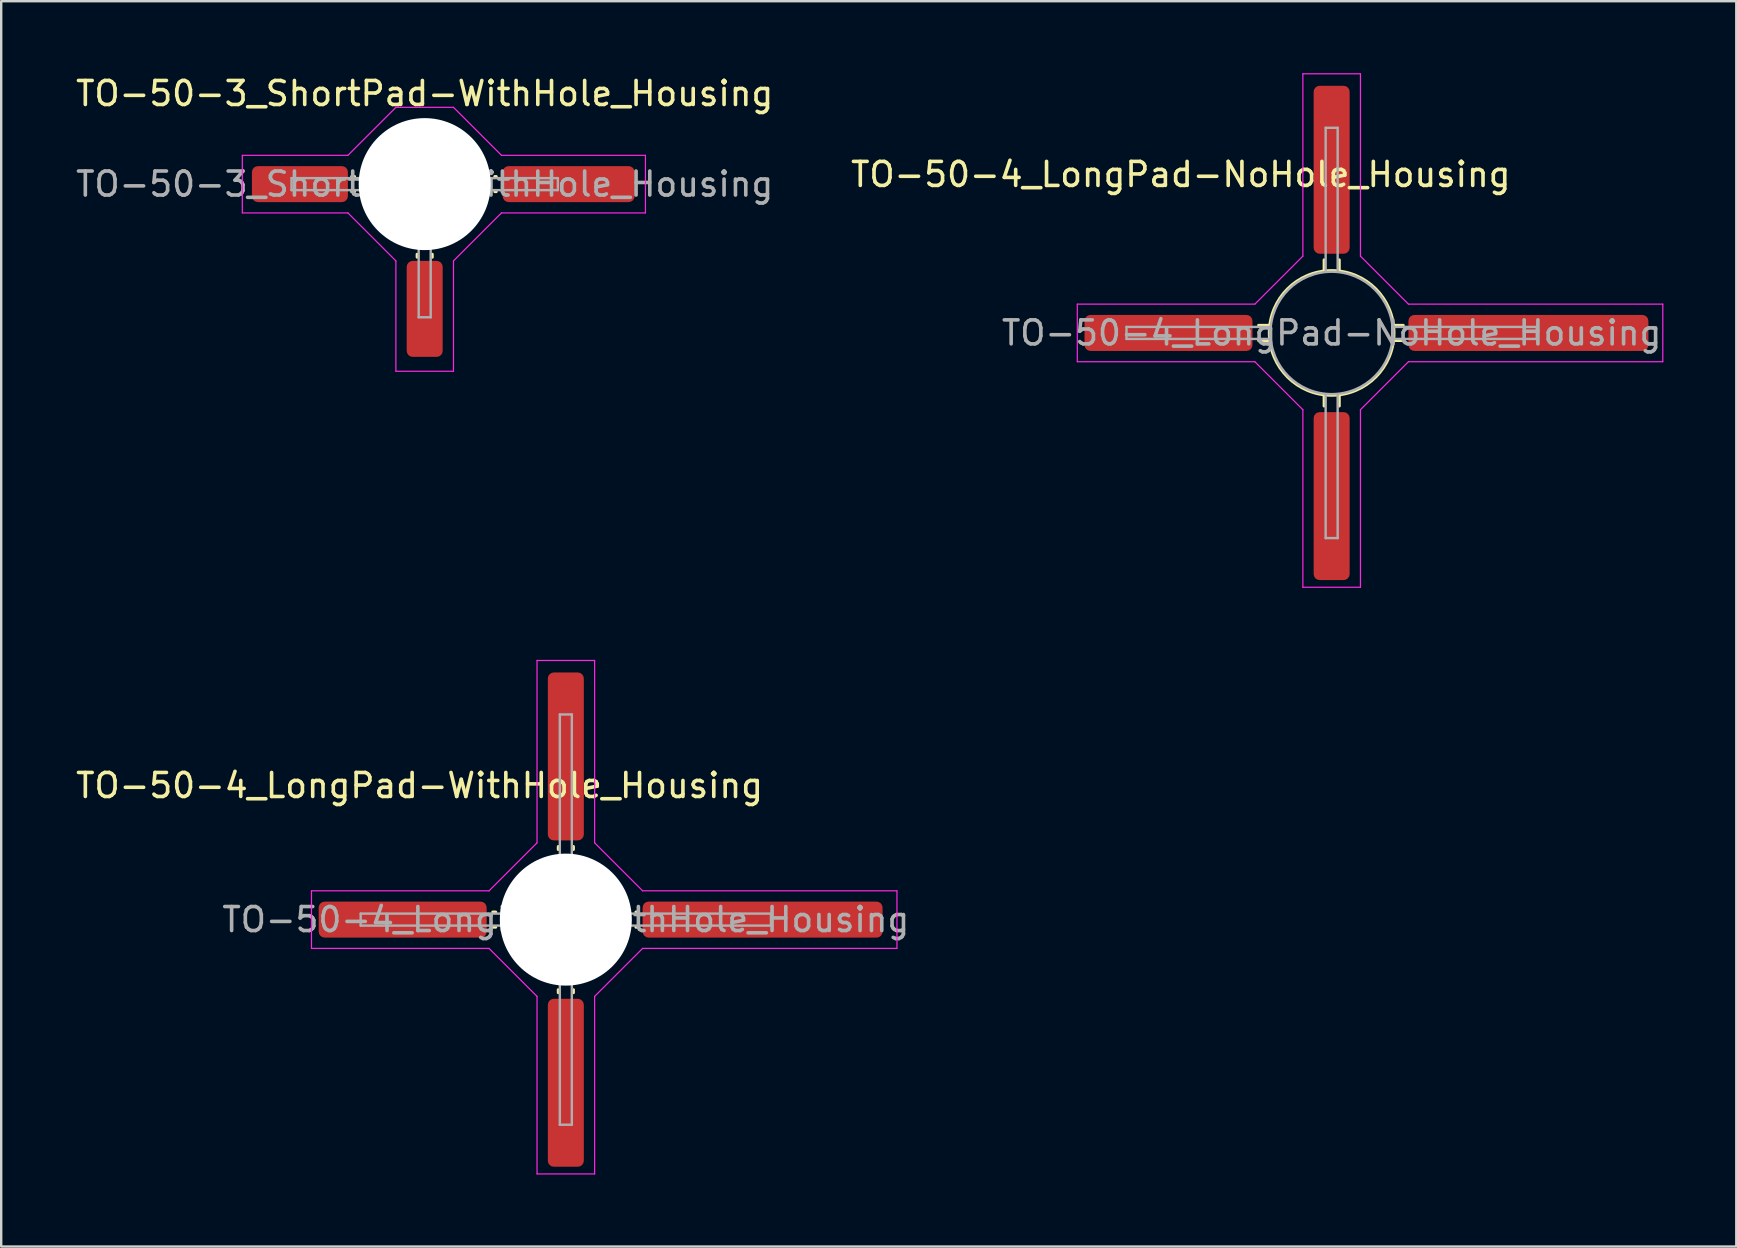
<source format=kicad_pcb>
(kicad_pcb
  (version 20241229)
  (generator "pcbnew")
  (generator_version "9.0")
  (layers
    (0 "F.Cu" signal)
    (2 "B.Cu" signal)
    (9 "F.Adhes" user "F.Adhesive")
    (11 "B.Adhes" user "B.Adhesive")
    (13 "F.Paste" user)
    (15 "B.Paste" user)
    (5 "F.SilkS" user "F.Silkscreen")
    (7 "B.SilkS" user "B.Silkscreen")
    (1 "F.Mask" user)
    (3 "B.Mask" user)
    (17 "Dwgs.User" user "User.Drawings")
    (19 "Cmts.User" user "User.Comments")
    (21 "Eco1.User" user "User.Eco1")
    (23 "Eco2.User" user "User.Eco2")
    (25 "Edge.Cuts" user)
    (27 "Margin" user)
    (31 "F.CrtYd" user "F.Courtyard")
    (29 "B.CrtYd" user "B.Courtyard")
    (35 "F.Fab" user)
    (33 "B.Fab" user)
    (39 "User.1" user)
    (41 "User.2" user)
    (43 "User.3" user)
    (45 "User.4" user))
  (footprint "TO-50-4_LongPad-NoHole_Housing"
    (layer "F.Cu")
    (at 52.447 10.825)
    (property "Reference" "TO-50-4_LongPad-NoHole_Housing" (at -6.287 -6.604 0) (layer "F.SilkS") (effects (font (size 1 1) (thickness 0.15))))
    (attr smd)
    (fp_line (start -2.602 -0.318) (end -3.046 -0.318) (stroke (width 0.12) (type solid)) (layer "F.SilkS"))
    (fp_line (start -2.602 0.318) (end -3.046 0.318) (stroke (width 0.12) (type solid)) (layer "F.SilkS"))
    (fp_line (start -0.316 -3.048) (end -0.316 -2.603) (stroke (width 0.12) (type solid)) (layer "F.SilkS"))
    (fp_line (start -0.316 2.603) (end -0.316 3.048) (stroke (width 0.12) (type solid)) (layer "F.SilkS"))
    (fp_line (start 0.319 -3.048) (end 0.319 -2.603) (stroke (width 0.12) (type solid)) (layer "F.SilkS"))
    (fp_line (start 0.319 2.603) (end 0.319 3.048) (stroke (width 0.12) (type solid)) (layer "F.SilkS"))
    (fp_line (start 2.603 -0.318) (end 2.985 -0.318) (stroke (width 0.12) (type solid)) (layer "F.SilkS"))
    (fp_line (start 2.603 0.318) (end 2.985 0.318) (stroke (width 0.12) (type solid)) (layer "F.SilkS"))
    (fp_circle (center 0 0) (end 0 -2.6) (stroke (width 0.12) (type solid)) (fill no) (layer "F.SilkS"))
    (fp_line (start -10.6 -1.2) (end -3.2 -1.2) (stroke (width 0.05) (type solid)) (layer "F.CrtYd"))
    (fp_line (start -10.6 1.2) (end -10.6 -1.2) (stroke (width 0.05) (type solid)) (layer "F.CrtYd"))
    (fp_line (start -3.2 -1.2) (end -1.2 -3.2) (stroke (width 0.05) (type solid)) (layer "F.CrtYd"))
    (fp_line (start -3.2 1.2) (end -10.6 1.2) (stroke (width 0.05) (type solid)) (layer "F.CrtYd"))
    (fp_line (start -1.2 -10.8) (end 1.2 -10.8) (stroke (width 0.05) (type solid)) (layer "F.CrtYd"))
    (fp_line (start -1.2 -3.2) (end -1.2 -10.8) (stroke (width 0.05) (type solid)) (layer "F.CrtYd"))
    (fp_line (start -1.2 3.2) (end -3.2 1.2) (stroke (width 0.05) (type solid)) (layer "F.CrtYd"))
    (fp_line (start -1.2 10.6) (end -1.2 3.2) (stroke (width 0.05) (type solid)) (layer "F.CrtYd"))
    (fp_line (start 1.2 -10.8) (end 1.2 -3.2) (stroke (width 0.05) (type solid)) (layer "F.CrtYd"))
    (fp_line (start 1.2 -3.2) (end 3.2 -1.2) (stroke (width 0.05) (type solid)) (layer "F.CrtYd"))
    (fp_line (start 1.2 3.2) (end 1.2 10.6) (stroke (width 0.05) (type solid)) (layer "F.CrtYd"))
    (fp_line (start 1.2 10.6) (end -1.2 10.6) (stroke (width 0.05) (type solid)) (layer "F.CrtYd"))
    (fp_line (start 3.2 -1.2) (end 13.8 -1.2) (stroke (width 0.05) (type solid)) (layer "F.CrtYd"))
    (fp_line (start 3.2 1.2) (end 1.2 3.2) (stroke (width 0.05) (type solid)) (layer "F.CrtYd"))
    (fp_line (start 13.8 -1.2) (end 13.8 1.2) (stroke (width 0.05) (type solid)) (layer "F.CrtYd"))
    (fp_line (start 13.8 1.2) (end 3.2 1.2) (stroke (width 0.05) (type solid)) (layer "F.CrtYd"))
    (fp_line (start -8.55 -0.25) (end -8.55 0.25) (stroke (width 0.1) (type solid)) (layer "F.Fab"))
    (fp_line (start -8.55 0.25) (end -2.55 0.25) (stroke (width 0.1) (type solid)) (layer "F.Fab"))
    (fp_line (start -2.55 -0.25) (end -8.55 -0.25) (stroke (width 0.1) (type solid)) (layer "F.Fab"))
    (fp_line (start -0.25 -8.55) (end -0.25 -2.55) (stroke (width 0.1) (type solid)) (layer "F.Fab"))
    (fp_line (start -0.25 2.55) (end -0.25 8.55) (stroke (width 0.1) (type solid)) (layer "F.Fab"))
    (fp_line (start -0.25 8.55) (end 0.25 8.55) (stroke (width 0.1) (type solid)) (layer "F.Fab"))
    (fp_line (start 0.25 -8.55) (end -0.25 -8.55) (stroke (width 0.1) (type solid)) (layer "F.Fab"))
    (fp_line (start 0.25 -2.55) (end 0.25 -8.55) (stroke (width 0.1) (type solid)) (layer "F.Fab"))
    (fp_line (start 0.25 8.55) (end 0.25 2.55) (stroke (width 0.1) (type solid)) (layer "F.Fab"))
    (fp_line (start 2.55 0.25) (end 8.55 0.25) (stroke (width 0.1) (type solid)) (layer "F.Fab"))
    (fp_line (start 8.55 -0.25) (end 2.55 -0.25) (stroke (width 0.1) (type solid)) (layer "F.Fab"))
    (fp_line (start 8.55 0.25) (end 8.55 -0.25) (stroke (width 0.1) (type solid)) (layer "F.Fab"))
    (fp_circle (center 0 0) (end 0.05 -2.55) (stroke (width 0.1) (type solid)) (fill no) (layer "F.Fab"))
    (fp_text user "${REFERENCE}" (at 0 0 0) (layer "F.Fab") (effects (font (size 1 1) (thickness 0.15))))
    (pad "1" smd roundrect (at -6.8 0 270) (size 1.5 7) (layers "F.Cu" "F.Mask" "F.Paste") (roundrect_rratio 0.167))
    (pad "2" smd roundrect (at 0 6.8 270) (size 7 1.5) (layers "F.Cu" "F.Mask" "F.Paste") (roundrect_rratio 0.167))
    (pad "3" smd roundrect (at 8.2 0 270) (size 1.5 10) (layers "F.Cu" "F.Mask" "F.Paste") (roundrect_rratio 0.167))
    (pad "4" smd roundrect (at 0 -6.8 270) (size 7 1.5) (layers "F.Cu" "F.Mask" "F.Paste") (roundrect_rratio 0.167)))
  (footprint "TO-50-4_LongPad-WithHole_Housing"
    (layer "F.Cu")
    (at 20.531 35.275)
    (property "Reference" "TO-50-4_LongPad-WithHole_Housing" (at -6.096 -5.588 0) (layer "F.SilkS") (effects (font (size 1 1) (thickness 0.15))))
    (attr smd)
    (fp_line (start -2.921 -0.318) (end -3.046 -0.318) (stroke (width 0.12) (type solid)) (layer "F.SilkS"))
    (fp_line (start -2.921 0.318) (end -3.046 0.318) (stroke (width 0.12) (type solid)) (layer "F.SilkS"))
    (fp_line (start -0.318 2.921) (end -0.316 3.048) (stroke (width 0.12) (type solid)) (layer "F.SilkS"))
    (fp_line (start -0.316 -3.048) (end -0.318 -2.921) (stroke (width 0.12) (type solid)) (layer "F.SilkS"))
    (fp_line (start 0.319 -3.048) (end 0.319 -2.921) (stroke (width 0.12) (type solid)) (layer "F.SilkS"))
    (fp_line (start 0.319 2.921) (end 0.319 3.048) (stroke (width 0.12) (type solid)) (layer "F.SilkS"))
    (fp_line (start 2.921 -0.318) (end 2.985 -0.318) (stroke (width 0.12) (type solid)) (layer "F.SilkS"))
    (fp_line (start 2.921 0.318) (end 2.985 0.318) (stroke (width 0.12) (type solid)) (layer "F.SilkS"))
    (fp_line (start -10.6 -1.2) (end -3.2 -1.2) (stroke (width 0.05) (type solid)) (layer "F.CrtYd"))
    (fp_line (start -10.6 1.2) (end -10.6 -1.2) (stroke (width 0.05) (type solid)) (layer "F.CrtYd"))
    (fp_line (start -3.2 -1.2) (end -1.2 -3.2) (stroke (width 0.05) (type solid)) (layer "F.CrtYd"))
    (fp_line (start -3.2 1.2) (end -10.6 1.2) (stroke (width 0.05) (type solid)) (layer "F.CrtYd"))
    (fp_line (start -1.2 -10.8) (end 1.2 -10.8) (stroke (width 0.05) (type solid)) (layer "F.CrtYd"))
    (fp_line (start -1.2 -3.2) (end -1.2 -10.8) (stroke (width 0.05) (type solid)) (layer "F.CrtYd"))
    (fp_line (start -1.2 3.2) (end -3.2 1.2) (stroke (width 0.05) (type solid)) (layer "F.CrtYd"))
    (fp_line (start -1.2 10.6) (end -1.2 3.2) (stroke (width 0.05) (type solid)) (layer "F.CrtYd"))
    (fp_line (start 1.2 -10.8) (end 1.2 -3.2) (stroke (width 0.05) (type solid)) (layer "F.CrtYd"))
    (fp_line (start 1.2 -3.2) (end 3.2 -1.2) (stroke (width 0.05) (type solid)) (layer "F.CrtYd"))
    (fp_line (start 1.2 3.2) (end 1.2 10.6) (stroke (width 0.05) (type solid)) (layer "F.CrtYd"))
    (fp_line (start 1.2 10.6) (end -1.2 10.6) (stroke (width 0.05) (type solid)) (layer "F.CrtYd"))
    (fp_line (start 3.2 -1.2) (end 13.8 -1.2) (stroke (width 0.05) (type solid)) (layer "F.CrtYd"))
    (fp_line (start 3.2 1.2) (end 1.2 3.2) (stroke (width 0.05) (type solid)) (layer "F.CrtYd"))
    (fp_line (start 13.8 -1.2) (end 13.8 1.2) (stroke (width 0.05) (type solid)) (layer "F.CrtYd"))
    (fp_line (start 13.8 1.2) (end 3.2 1.2) (stroke (width 0.05) (type solid)) (layer "F.CrtYd"))
    (fp_line (start -8.55 -0.25) (end -8.55 0.25) (stroke (width 0.1) (type solid)) (layer "F.Fab"))
    (fp_line (start -8.55 0.25) (end -2.55 0.25) (stroke (width 0.1) (type solid)) (layer "F.Fab"))
    (fp_line (start -2.55 -0.25) (end -8.55 -0.25) (stroke (width 0.1) (type solid)) (layer "F.Fab"))
    (fp_line (start -0.25 -8.55) (end -0.25 -2.55) (stroke (width 0.1) (type solid)) (layer "F.Fab"))
    (fp_line (start -0.25 2.55) (end -0.25 8.55) (stroke (width 0.1) (type solid)) (layer "F.Fab"))
    (fp_line (start -0.25 8.55) (end 0.25 8.55) (stroke (width 0.1) (type solid)) (layer "F.Fab"))
    (fp_line (start 0.25 -8.55) (end -0.25 -8.55) (stroke (width 0.1) (type solid)) (layer "F.Fab"))
    (fp_line (start 0.25 -2.55) (end 0.25 -8.55) (stroke (width 0.1) (type solid)) (layer "F.Fab"))
    (fp_line (start 0.25 8.55) (end 0.25 2.55) (stroke (width 0.1) (type solid)) (layer "F.Fab"))
    (fp_line (start 2.55 0.25) (end 8.55 0.25) (stroke (width 0.1) (type solid)) (layer "F.Fab"))
    (fp_line (start 8.55 -0.25) (end 2.55 -0.25) (stroke (width 0.1) (type solid)) (layer "F.Fab"))
    (fp_line (start 8.55 0.25) (end 8.55 -0.25) (stroke (width 0.1) (type solid)) (layer "F.Fab"))
    (fp_circle (center 0 0) (end 0.05 -2.55) (stroke (width 0.1) (type solid)) (fill no) (layer "F.Fab"))
    (fp_text user "${REFERENCE}" (at 0 0 180) (layer "F.Fab") (effects (font (size 1 1) (thickness 0.15))))
    (pad "" np_thru_hole circle (at 0 0 270) (size 5.5 5.5) (drill 5.5) (layers "*.Cu" "*.Mask"))
    (pad "1" smd roundrect (at -6.8 0 270) (size 1.5 7) (layers "F.Cu" "F.Mask" "F.Paste") (roundrect_rratio 0.167))
    (pad "2" smd roundrect (at 0 6.8 270) (size 7 1.5) (layers "F.Cu" "F.Mask" "F.Paste") (roundrect_rratio 0.167))
    (pad "3" smd roundrect (at 8.2 0 270) (size 1.5 10) (layers "F.Cu" "F.Mask" "F.Paste") (roundrect_rratio 0.167))
    (pad "4" smd roundrect (at 0 -6.8 270) (size 7 1.5) (layers "F.Cu" "F.Mask" "F.Paste") (roundrect_rratio 0.167)))
  (footprint "TO-50-3_ShortPad-WithHole_Housing"
    (layer "F.Cu")
    (at 15.049 7.223)
    (property "Reference" "TO-50-3_ShortPad-WithHole_Housing" (at -0.4 -6.375 0) (layer "F.SilkS") (effects (font (size 1 1) (thickness 0.15))))
    (attr smd)
    (fp_line (start -3.321 -2.917) (end -3.446 -2.917) (stroke (width 0.12) (type solid)) (layer "F.SilkS"))
    (fp_line (start -3.321 -2.283) (end -3.446 -2.283) (stroke (width 0.12) (type solid)) (layer "F.SilkS"))
    (fp_line (start -0.718 0.321) (end -0.716 0.448) (stroke (width 0.12) (type solid)) (layer "F.SilkS"))
    (fp_line (start -0.083 0.321) (end -0.081 0.448) (stroke (width 0.12) (type solid)) (layer "F.SilkS"))
    (fp_line (start 2.521 -2.917) (end 2.584 -2.917) (stroke (width 0.12) (type solid)) (layer "F.SilkS"))
    (fp_line (start 2.521 -2.283) (end 2.584 -2.283) (stroke (width 0.12) (type solid)) (layer "F.SilkS"))
    (fp_line (start -8 -1.4) (end -8 -3.8) (stroke (width 0.05) (type solid)) (layer "F.CrtYd"))
    (fp_line (start -8 -1.4) (end -3.6 -1.4) (stroke (width 0.05) (type solid)) (layer "F.CrtYd"))
    (fp_line (start -3.6 -3.8) (end -8 -3.8) (stroke (width 0.05) (type solid)) (layer "F.CrtYd"))
    (fp_line (start -3.6 -3.8) (end -1.6 -5.8) (stroke (width 0.05) (type solid)) (layer "F.CrtYd"))
    (fp_line (start -1.6 -5.8) (end 0.8 -5.8) (stroke (width 0.05) (type solid)) (layer "F.CrtYd"))
    (fp_line (start -1.6 0.6) (end -3.6 -1.4) (stroke (width 0.05) (type solid)) (layer "F.CrtYd"))
    (fp_line (start -1.6 5.2) (end -1.6 0.6) (stroke (width 0.05) (type solid)) (layer "F.CrtYd"))
    (fp_line (start 0.8 -5.8) (end 2.8 -3.8) (stroke (width 0.05) (type solid)) (layer "F.CrtYd"))
    (fp_line (start 0.8 0.6) (end 0.8 5.2) (stroke (width 0.05) (type solid)) (layer "F.CrtYd"))
    (fp_line (start 0.8 5.2) (end -1.6 5.2) (stroke (width 0.05) (type solid)) (layer "F.CrtYd"))
    (fp_line (start 2.8 -3.8) (end 8.8 -3.8) (stroke (width 0.05) (type solid)) (layer "F.CrtYd"))
    (fp_line (start 2.8 -1.4) (end 0.8 0.6) (stroke (width 0.05) (type solid)) (layer "F.CrtYd"))
    (fp_line (start 8.8 -3.8) (end 8.8 -1.4) (stroke (width 0.05) (type solid)) (layer "F.CrtYd"))
    (fp_line (start 8.8 -1.4) (end 2.8 -1.4) (stroke (width 0.05) (type solid)) (layer "F.CrtYd"))
    (fp_line (start -5.95 -2.85) (end -5.95 -2.35) (stroke (width 0.1) (type solid)) (layer "F.Fab"))
    (fp_line (start -5.95 -2.35) (end -2.95 -2.35) (stroke (width 0.1) (type solid)) (layer "F.Fab"))
    (fp_line (start -2.95 -2.85) (end -5.95 -2.85) (stroke (width 0.1) (type solid)) (layer "F.Fab"))
    (fp_line (start -0.65 -0.05) (end -0.65 2.95) (stroke (width 0.1) (type solid)) (layer "F.Fab"))
    (fp_line (start -0.65 2.95) (end -0.15 2.95) (stroke (width 0.1) (type solid)) (layer "F.Fab"))
    (fp_line (start -0.15 2.95) (end -0.15 -0.05) (stroke (width 0.1) (type solid)) (layer "F.Fab"))
    (fp_line (start 2.15 -2.35) (end 5.15 -2.35) (stroke (width 0.1) (type solid)) (layer "F.Fab"))
    (fp_line (start 5.15 -2.85) (end 2.15 -2.85) (stroke (width 0.1) (type solid)) (layer "F.Fab"))
    (fp_line (start 5.15 -2.35) (end 5.15 -2.85) (stroke (width 0.1) (type solid)) (layer "F.Fab"))
    (fp_circle (center -0.4 -2.6) (end -0.35 -5.15) (stroke (width 0.1) (type solid)) (fill no) (layer "F.Fab"))
    (fp_text user "${REFERENCE}" (at -0.4 -2.6 0) (layer "F.Fab") (effects (font (size 1 1) (thickness 0.15))))
    (pad "" np_thru_hole circle (at -0.4 -2.6 270) (size 5.5 5.5) (drill 5.5) (layers "*.Cu" "*.Mask"))
    (pad "1" smd roundrect (at -5.6 -2.6 270) (size 1.5 4) (layers "F.Cu" "F.Mask" "F.Paste") (roundrect_rratio 0.167))
    (pad "2" smd roundrect (at -0.4 2.6 270) (size 4 1.5) (layers "F.Cu" "F.Mask" "F.Paste") (roundrect_rratio 0.167))
    (pad "3" smd roundrect (at 5.6 -2.6 270) (size 1.5 5.5) (layers "F.Cu" "F.Mask" "F.Paste") (roundrect_rratio 0.167)))
  (gr_rect
    (start -3 -3)
    (end 69.31 48.9)
    (stroke (width 0.1) (type default))
    (fill no)
    (layer "Edge.Cuts")))
</source>
